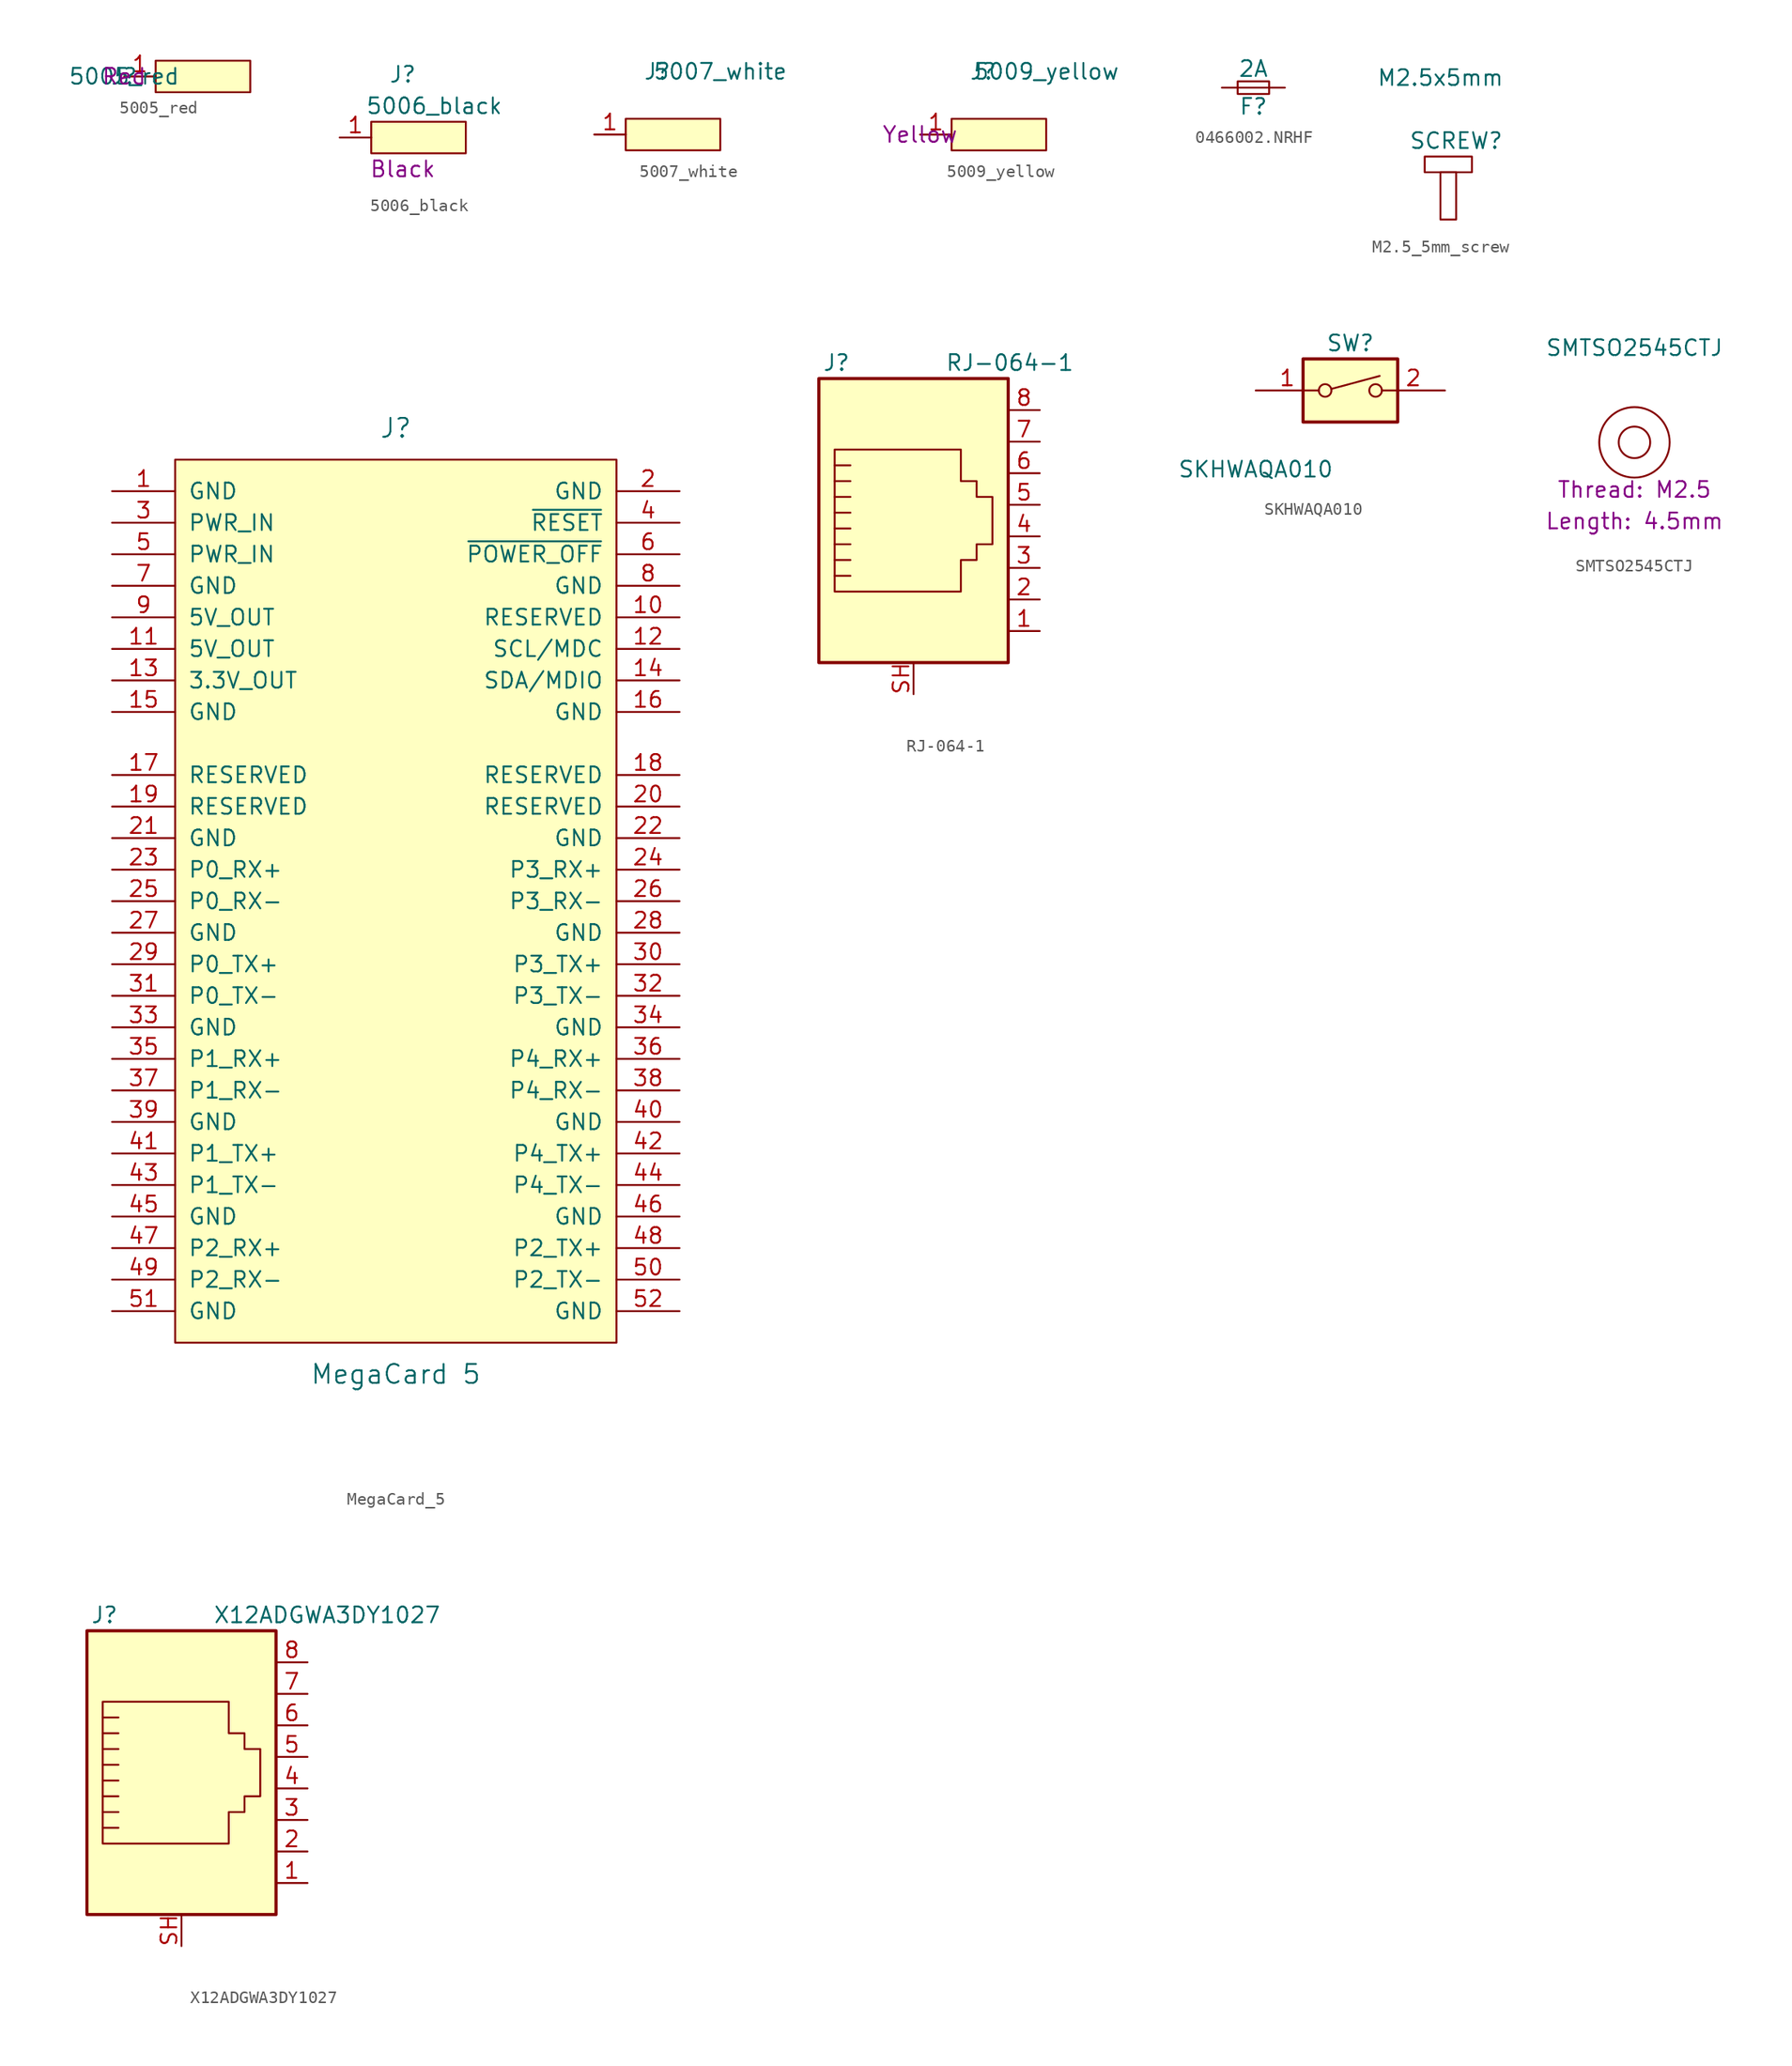
<source format=kicad_sym>
(kicad_symbol_lib
  (version 20231120)
  (generator "kicad_symbol_editor")
  (generator_version "8.0")
  (symbol "5005_red"
    (property "Reference" "J"
      (at 0 0 0)
      (effects (font (size 1.27 1.27))))
    (property "Value" "5005_red"
      (at 0 0 0)
      (effects (font (size 1.27 1.27))))
    (property "Color" "Red"
      (at 0 0 0)
      (effects (font (size 1.27 1.27))))
    (symbol "5005_red_1_1"
      (rectangle (start 2.54 1.27) (end 10.16 -1.27) (stroke (width 0) (type default)) (fill (type background)))
      (pin bidirectional line (at 0 0 0) (length 2.54) (name "" (effects (font (size 1.27 1.27)))) (number "1" (effects (font (size 1.27 1.27)))))))
  (symbol "5006_black"
    (property "Reference" "J"
      (at 5.08 5.08 0)
      (effects (font (size 1.27 1.27))))
    (property "Value" "5006_black"
      (at 7.62 2.54 0)
      (effects (font (size 1.27 1.27))))
    (property "Color" "Black"
      (at 5.08 -2.54 0)
      (effects (font (size 1.27 1.27))))
    (symbol "5006_black_1_1"
      (rectangle (start 2.54 1.27) (end 10.16 -1.27) (stroke (width 0) (type default)) (fill (type background)))
      (pin bidirectional line (at 0 0 0) (length 2.54) (name "" (effects (font (size 1.27 1.27)))) (number "1" (effects (font (size 1.27 1.27)))))))
  (symbol "5007_white"
    (property "Reference" "J"
      (at 5.08 5.08 0)
      (effects (font (size 1.27 1.27))))
    (property "Value" "5007_white"
      (at 10.16 5.08 0)
      (effects (font (size 1.27 1.27))))
    (property "Color" ""
      (at 0 0 0)
      (effects (font (size 1.27 1.27))))
    (symbol "5007_white_1_1"
      (rectangle (start 2.54 1.27) (end 10.16 -1.27) (stroke (width 0) (type default)) (fill (type background)))
      (pin bidirectional line (at 0 0 0) (length 2.54) (name "" (effects (font (size 1.27 1.27)))) (number "1" (effects (font (size 1.27 1.27)))))))
  (symbol "5009_yellow"
    (property "Reference" "J"
      (at 5.08 5.08 0)
      (effects (font (size 1.27 1.27))))
    (property "Value" "5009_yellow"
      (at 10.16 5.08 0)
      (effects (font (size 1.27 1.27))))
    (property "Color" "Yellow"
      (at 0 0 0)
      (effects (font (size 1.27 1.27))))
    (symbol "5009_yellow_1_1"
      (rectangle (start 2.54 1.27) (end 10.16 -1.27) (stroke (width 0) (type default)) (fill (type background)))
      (pin bidirectional line (at 0 0 0) (length 2.54) (name "" (effects (font (size 1.27 1.27)))) (number "1" (effects (font (size 1.27 1.27)))))))
  (symbol "0466002.NRHF"
    (pin_numbers hide)
    (pin_names
      (offset 0.254) hide)
    (property "Reference" "F"
      (at 0 -1.524 0)
      (effects (font (size 1.27 1.27))))
    (property "Value" "2A"
      (at 0 1.524 0)
      (effects (font (size 1.27 1.27))))
    (symbol "0466002.NRHF_0_1"
      (rectangle (start -1.27 0.508) (end 1.27 -0.508) (stroke (width 0) (type default)) (fill (type none)))
      (polyline (pts (xy -1.27 0) (xy 1.27 0)) (stroke (width 0) (type default)) (fill (type none))))
    (symbol "0466002.NRHF_1_1"
      (pin passive line (at -2.54 0 0) (length 1.27) (name "~" (effects (font (size 1.27 1.27)))) (number "1" (effects (font (size 1.27 1.27)))))
      (pin passive line (at 2.54 0 180) (length 1.27) (name "~" (effects (font (size 1.27 1.27)))) (number "2" (effects (font (size 1.27 1.27)))))))
  (symbol "M2.5_5mm_screw"
    (property "Reference" "SCREW"
      (at 2.54 1.27 0)
      (effects (font (size 1.27 1.27))))
    (property "Value" "M2.5x5mm"
      (at 1.27 6.35 0)
      (effects (font (size 1.27 1.27))))
    (symbol "M2.5_5mm_screw_0_1"
      (rectangle (start 0 0) (end 3.81 -1.27) (stroke (width 0) (type default)) (fill (type none)))
      (rectangle (start 1.27 -5.08) (end 2.54 -1.27) (stroke (width 0) (type default)) (fill (type none)))))
  (symbol "MegaCard_5"
    (pin_names
      (offset 1.016))
    (property "Reference" "J"
      (at 22.86 5.08 0)
      (effects (font (size 1.524 1.524))))
    (property "Value" "MegaCard 5"
      (at 22.86 -71.12 0)
      (effects (font (size 1.524 1.524))))
    (symbol "MegaCard_5_0_1"
      (rectangle (start 5.08 2.54) (end 40.64 -68.58) (stroke (width 0) (type solid)) (fill (type background))))
    (symbol "MegaCard_5_1_1"
      (pin power_in line (at 0 0 0) (length 5.08) (name "GND" (effects (font (size 1.27 1.27)))) (number "1" (effects (font (size 1.27 1.27)))))
      (pin passive line (at 45.72 -10.16 180) (length 5.08) (name "RESERVED" (effects (font (size 1.27 1.27)))) (number "10" (effects (font (size 1.27 1.27)))))
      (pin power_out line (at 0 -12.7 0) (length 5.08) (name "5V_OUT" (effects (font (size 1.27 1.27)))) (number "11" (effects (font (size 1.27 1.27)))))
      (pin bidirectional line (at 45.72 -12.7 180) (length 5.08) (name "SCL/MDC" (effects (font (size 1.27 1.27)))) (number "12" (effects (font (size 1.27 1.27)))))
      (pin power_out line (at 0 -15.24 0) (length 5.08) (name "3.3V_OUT" (effects (font (size 1.27 1.27)))) (number "13" (effects (font (size 1.27 1.27)))))
      (pin bidirectional line (at 45.72 -15.24 180) (length 5.08) (name "SDA/MDIO" (effects (font (size 1.27 1.27)))) (number "14" (effects (font (size 1.27 1.27)))))
      (pin power_in line (at 0 -17.78 0) (length 5.08) (name "GND" (effects (font (size 1.27 1.27)))) (number "15" (effects (font (size 1.27 1.27)))))
      (pin power_in line (at 45.72 -17.78 180) (length 5.08) (name "GND" (effects (font (size 1.27 1.27)))) (number "16" (effects (font (size 1.27 1.27)))))
      (pin passive line (at 0 -22.86 0) (length 5.08) (name "RESERVED" (effects (font (size 1.27 1.27)))) (number "17" (effects (font (size 1.27 1.27)))))
      (pin passive line (at 45.72 -22.86 180) (length 5.08) (name "RESERVED" (effects (font (size 1.27 1.27)))) (number "18" (effects (font (size 1.27 1.27)))))
      (pin passive line (at 0 -25.4 0) (length 5.08) (name "RESERVED" (effects (font (size 1.27 1.27)))) (number "19" (effects (font (size 1.27 1.27)))))
      (pin power_in line (at 45.72 0 180) (length 5.08) (name "GND" (effects (font (size 1.27 1.27)))) (number "2" (effects (font (size 1.27 1.27)))))
      (pin passive line (at 45.72 -25.4 180) (length 5.08) (name "RESERVED" (effects (font (size 1.27 1.27)))) (number "20" (effects (font (size 1.27 1.27)))))
      (pin power_in line (at 0 -27.94 0) (length 5.08) (name "GND" (effects (font (size 1.27 1.27)))) (number "21" (effects (font (size 1.27 1.27)))))
      (pin power_in line (at 45.72 -27.94 180) (length 5.08) (name "GND" (effects (font (size 1.27 1.27)))) (number "22" (effects (font (size 1.27 1.27)))))
      (pin bidirectional line (at 0 -30.48 0) (length 5.08) (name "P0_RX+" (effects (font (size 1.27 1.27)))) (number "23" (effects (font (size 1.27 1.27)))))
      (pin bidirectional line (at 45.72 -30.48 180) (length 5.08) (name "P3_RX+" (effects (font (size 1.27 1.27)))) (number "24" (effects (font (size 1.27 1.27)))))
      (pin bidirectional line (at 0 -33.02 0) (length 5.08) (name "P0_RX-" (effects (font (size 1.27 1.27)))) (number "25" (effects (font (size 1.27 1.27)))))
      (pin bidirectional line (at 45.72 -33.02 180) (length 5.08) (name "P3_RX-" (effects (font (size 1.27 1.27)))) (number "26" (effects (font (size 1.27 1.27)))))
      (pin power_in line (at 0 -35.56 0) (length 5.08) (name "GND" (effects (font (size 1.27 1.27)))) (number "27" (effects (font (size 1.27 1.27)))))
      (pin power_in line (at 45.72 -35.56 180) (length 5.08) (name "GND" (effects (font (size 1.27 1.27)))) (number "28" (effects (font (size 1.27 1.27)))))
      (pin bidirectional line (at 0 -38.1 0) (length 5.08) (name "P0_TX+" (effects (font (size 1.27 1.27)))) (number "29" (effects (font (size 1.27 1.27)))))
      (pin power_in line (at 0 -2.54 0) (length 5.08) (name "PWR_IN" (effects (font (size 1.27 1.27)))) (number "3" (effects (font (size 1.27 1.27)))))
      (pin bidirectional line (at 45.72 -38.1 180) (length 5.08) (name "P3_TX+" (effects (font (size 1.27 1.27)))) (number "30" (effects (font (size 1.27 1.27)))))
      (pin bidirectional line (at 0 -40.64 0) (length 5.08) (name "P0_TX-" (effects (font (size 1.27 1.27)))) (number "31" (effects (font (size 1.27 1.27)))))
      (pin bidirectional line (at 45.72 -40.64 180) (length 5.08) (name "P3_TX-" (effects (font (size 1.27 1.27)))) (number "32" (effects (font (size 1.27 1.27)))))
      (pin power_in line (at 0 -43.18 0) (length 5.08) (name "GND" (effects (font (size 1.27 1.27)))) (number "33" (effects (font (size 1.27 1.27)))))
      (pin power_in line (at 45.72 -43.18 180) (length 5.08) (name "GND" (effects (font (size 1.27 1.27)))) (number "34" (effects (font (size 1.27 1.27)))))
      (pin bidirectional line (at 0 -45.72 0) (length 5.08) (name "P1_RX+" (effects (font (size 1.27 1.27)))) (number "35" (effects (font (size 1.27 1.27)))))
      (pin bidirectional line (at 45.72 -45.72 180) (length 5.08) (name "P4_RX+" (effects (font (size 1.27 1.27)))) (number "36" (effects (font (size 1.27 1.27)))))
      (pin bidirectional line (at 0 -48.26 0) (length 5.08) (name "P1_RX-" (effects (font (size 1.27 1.27)))) (number "37" (effects (font (size 1.27 1.27)))))
      (pin bidirectional line (at 45.72 -48.26 180) (length 5.08) (name "P4_RX-" (effects (font (size 1.27 1.27)))) (number "38" (effects (font (size 1.27 1.27)))))
      (pin power_in line (at 0 -50.8 0) (length 5.08) (name "GND" (effects (font (size 1.27 1.27)))) (number "39" (effects (font (size 1.27 1.27)))))
      (pin input line (at 45.72 -2.54 180) (length 5.08) (name "~{RESET}" (effects (font (size 1.27 1.27)))) (number "4" (effects (font (size 1.27 1.27)))))
      (pin power_in line (at 45.72 -50.8 180) (length 5.08) (name "GND" (effects (font (size 1.27 1.27)))) (number "40" (effects (font (size 1.27 1.27)))))
      (pin bidirectional line (at 0 -53.34 0) (length 5.08) (name "P1_TX+" (effects (font (size 1.27 1.27)))) (number "41" (effects (font (size 1.27 1.27)))))
      (pin bidirectional line (at 45.72 -53.34 180) (length 5.08) (name "P4_TX+" (effects (font (size 1.27 1.27)))) (number "42" (effects (font (size 1.27 1.27)))))
      (pin bidirectional line (at 0 -55.88 0) (length 5.08) (name "P1_TX-" (effects (font (size 1.27 1.27)))) (number "43" (effects (font (size 1.27 1.27)))))
      (pin bidirectional line (at 45.72 -55.88 180) (length 5.08) (name "P4_TX-" (effects (font (size 1.27 1.27)))) (number "44" (effects (font (size 1.27 1.27)))))
      (pin power_in line (at 0 -58.42 0) (length 5.08) (name "GND" (effects (font (size 1.27 1.27)))) (number "45" (effects (font (size 1.27 1.27)))))
      (pin power_in line (at 45.72 -58.42 180) (length 5.08) (name "GND" (effects (font (size 1.27 1.27)))) (number "46" (effects (font (size 1.27 1.27)))))
      (pin bidirectional line (at 0 -60.96 0) (length 5.08) (name "P2_RX+" (effects (font (size 1.27 1.27)))) (number "47" (effects (font (size 1.27 1.27)))))
      (pin bidirectional line (at 45.72 -60.96 180) (length 5.08) (name "P2_TX+" (effects (font (size 1.27 1.27)))) (number "48" (effects (font (size 1.27 1.27)))))
      (pin bidirectional line (at 0 -63.5 0) (length 5.08) (name "P2_RX-" (effects (font (size 1.27 1.27)))) (number "49" (effects (font (size 1.27 1.27)))))
      (pin power_in line (at 0 -5.08 0) (length 5.08) (name "PWR_IN" (effects (font (size 1.27 1.27)))) (number "5" (effects (font (size 1.27 1.27)))))
      (pin bidirectional line (at 45.72 -63.5 180) (length 5.08) (name "P2_TX-" (effects (font (size 1.27 1.27)))) (number "50" (effects (font (size 1.27 1.27)))))
      (pin power_in line (at 0 -66.04 0) (length 5.08) (name "GND" (effects (font (size 1.27 1.27)))) (number "51" (effects (font (size 1.27 1.27)))))
      (pin power_in line (at 45.72 -66.04 180) (length 5.08) (name "GND" (effects (font (size 1.27 1.27)))) (number "52" (effects (font (size 1.27 1.27)))))
      (pin input line (at 45.72 -5.08 180) (length 5.08) (name "~{POWER_OFF}" (effects (font (size 1.27 1.27)))) (number "6" (effects (font (size 1.27 1.27)))))
      (pin power_in line (at 0 -7.62 0) (length 5.08) (name "GND" (effects (font (size 1.27 1.27)))) (number "7" (effects (font (size 1.27 1.27)))))
      (pin power_in line (at 45.72 -7.62 180) (length 5.08) (name "GND" (effects (font (size 1.27 1.27)))) (number "8" (effects (font (size 1.27 1.27)))))
      (pin power_out line (at 0 -10.16 0) (length 5.08) (name "5V_OUT" (effects (font (size 1.27 1.27)))) (number "9" (effects (font (size 1.27 1.27)))))))
  (symbol "RJ-064-1"
    (pin_names
      (offset 1.016))
    (property "Reference" "J"
      (at -5.08 13.97 0)
      (effects (font (size 1.27 1.27)) (justify right)))
    (property "Value" "RJ-064-1"
      (at 2.54 13.97 0)
      (effects (font (size 1.27 1.27)) (justify left)))
    (symbol "RJ-064-1_0_1"
      (polyline (pts (xy -5.08 4.445) (xy -6.35 4.445)) (stroke (width 0) (type default)) (fill (type none)))
      (polyline (pts (xy -5.08 5.715) (xy -6.35 5.715)) (stroke (width 0) (type default)) (fill (type none)))
      (polyline (pts (xy -6.35 -3.175) (xy -5.08 -3.175) (xy -5.08 -3.175)) (stroke (width 0) (type default)) (fill (type none)))
      (polyline (pts (xy -6.35 -1.905) (xy -5.08 -1.905) (xy -5.08 -1.905)) (stroke (width 0) (type default)) (fill (type none)))
      (polyline (pts (xy -6.35 -0.635) (xy -5.08 -0.635) (xy -5.08 -0.635)) (stroke (width 0) (type default)) (fill (type none)))
      (polyline (pts (xy -6.35 0.635) (xy -5.08 0.635) (xy -5.08 0.635)) (stroke (width 0) (type default)) (fill (type none)))
      (polyline (pts (xy -6.35 1.905) (xy -5.08 1.905) (xy -5.08 1.905)) (stroke (width 0) (type default)) (fill (type none)))
      (polyline (pts (xy -5.08 3.175) (xy -6.35 3.175) (xy -6.35 3.175)) (stroke (width 0) (type default)) (fill (type none)))
      (polyline (pts (xy -6.35 -4.445) (xy -6.35 6.985) (xy 3.81 6.985) (xy 3.81 4.445) (xy 5.08 4.445) (xy 5.08 3.175) (xy 6.35 3.175) (xy 6.35 -0.635) (xy 5.08 -0.635) (xy 5.08 -1.905) (xy 3.81 -1.905) (xy 3.81 -4.445) (xy -6.35 -4.445) (xy -6.35 -4.445)) (stroke (width 0) (type default)) (fill (type none)))
      (rectangle (start 7.62 12.7) (end -7.62 -10.16) (stroke (width 0.254) (type default)) (fill (type background))))
    (symbol "RJ-064-1_1_1"
      (pin passive line (at 10.16 -7.62 180) (length 2.54) (name "~" (effects (font (size 1.27 1.27)))) (number "1" (effects (font (size 1.27 1.27)))))
      (pin passive line (at 10.16 -5.08 180) (length 2.54) (name "~" (effects (font (size 1.27 1.27)))) (number "2" (effects (font (size 1.27 1.27)))))
      (pin passive line (at 10.16 -2.54 180) (length 2.54) (name "~" (effects (font (size 1.27 1.27)))) (number "3" (effects (font (size 1.27 1.27)))))
      (pin passive line (at 10.16 0 180) (length 2.54) (name "~" (effects (font (size 1.27 1.27)))) (number "4" (effects (font (size 1.27 1.27)))))
      (pin passive line (at 10.16 2.54 180) (length 2.54) (name "~" (effects (font (size 1.27 1.27)))) (number "5" (effects (font (size 1.27 1.27)))))
      (pin passive line (at 10.16 5.08 180) (length 2.54) (name "~" (effects (font (size 1.27 1.27)))) (number "6" (effects (font (size 1.27 1.27)))))
      (pin passive line (at 10.16 7.62 180) (length 2.54) (name "~" (effects (font (size 1.27 1.27)))) (number "7" (effects (font (size 1.27 1.27)))))
      (pin passive line (at 10.16 10.16 180) (length 2.54) (name "~" (effects (font (size 1.27 1.27)))) (number "8" (effects (font (size 1.27 1.27)))))
      (pin passive line (at 0 -12.7 90) (length 2.54) (name "~" (effects (font (size 1.27 1.27)))) (number "SH" (effects (font (size 1.27 1.27)))))))
  (symbol "SKHWAQA010"
    (pin_names
      (offset 0) hide)
    (property "Reference" "SW"
      (at 7.62 3.81 0)
      (effects (font (size 1.27 1.27))))
    (property "Value" "SKHWAQA010"
      (at 0 -6.35 0)
      (effects (font (size 1.27 1.27))))
    (symbol "SKHWAQA010_0_0"
      (polyline (pts (xy 6.096 0.127) (xy 9.982 1.168)) (stroke (width 0) (type default)) (fill (type none)))
      (circle (center 5.588 0) (radius 0.508) (stroke (width 0) (type default)) (fill (type none)))
      (circle (center 9.652 0) (radius 0.508) (stroke (width 0) (type default)) (fill (type none))))
    (symbol "SKHWAQA010_0_1"
      (rectangle (start 3.81 2.54) (end 11.43 -2.54) (stroke (width 0.254) (type default)) (fill (type background))))
    (symbol "SKHWAQA010_1_1"
      (pin passive line (at 0 0 0) (length 5.08) (name "~" (effects (font (size 1.27 1.27)))) (number "1" (effects (font (size 1.27 1.27)))))
      (pin passive line (at 15.24 0 180) (length 5.08) (name "~" (effects (font (size 1.27 1.27)))) (number "2" (effects (font (size 1.27 1.27)))))))
  (symbol "SMTSO2545CTJ"
    (property "Reference" "J"
      (at 0 7.62 0)
      (effects (font (size 1.27 1.27)) (hide yes)))
    (property "Value" "SMTSO2545CTJ"
      (at 0 7.62 0)
      (effects (font (size 1.27 1.27))))
    (property "Thread" "M2.5"
      (at 0 -3.81 0)
      (show_name)
      (effects (font (size 1.27 1.27))))
    (property "Length" "4.5mm"
      (at 0 -6.35 0)
      (show_name)
      (effects (font (size 1.27 1.27))))
    (symbol "SMTSO2545CTJ_0_1"
      (circle (center 0 0) (radius 1.27) (stroke (width 0) (type default)) (fill (type none)))
      (circle (center 0 0) (radius 2.84) (stroke (width 0) (type default)) (fill (type none)))))
  (symbol "X12ADGWA3DY1027"
    (pin_names
      (offset 1.016))
    (property "Reference" "J"
      (at -5.08 13.97 0)
      (effects (font (size 1.27 1.27)) (justify right)))
    (property "Value" "X12ADGWA3DY1027"
      (at 2.54 13.97 0)
      (effects (font (size 1.27 1.27)) (justify left)))
    (symbol "X12ADGWA3DY1027_0_1"
      (polyline (pts (xy -5.08 4.445) (xy -6.35 4.445)) (stroke (width 0) (type default)) (fill (type none)))
      (polyline (pts (xy -5.08 5.715) (xy -6.35 5.715)) (stroke (width 0) (type default)) (fill (type none)))
      (polyline (pts (xy -6.35 -3.175) (xy -5.08 -3.175) (xy -5.08 -3.175)) (stroke (width 0) (type default)) (fill (type none)))
      (polyline (pts (xy -6.35 -1.905) (xy -5.08 -1.905) (xy -5.08 -1.905)) (stroke (width 0) (type default)) (fill (type none)))
      (polyline (pts (xy -6.35 -0.635) (xy -5.08 -0.635) (xy -5.08 -0.635)) (stroke (width 0) (type default)) (fill (type none)))
      (polyline (pts (xy -6.35 0.635) (xy -5.08 0.635) (xy -5.08 0.635)) (stroke (width 0) (type default)) (fill (type none)))
      (polyline (pts (xy -6.35 1.905) (xy -5.08 1.905) (xy -5.08 1.905)) (stroke (width 0) (type default)) (fill (type none)))
      (polyline (pts (xy -5.08 3.175) (xy -6.35 3.175) (xy -6.35 3.175)) (stroke (width 0) (type default)) (fill (type none)))
      (polyline (pts (xy -6.35 -4.445) (xy -6.35 6.985) (xy 3.81 6.985) (xy 3.81 4.445) (xy 5.08 4.445) (xy 5.08 3.175) (xy 6.35 3.175) (xy 6.35 -0.635) (xy 5.08 -0.635) (xy 5.08 -1.905) (xy 3.81 -1.905) (xy 3.81 -4.445) (xy -6.35 -4.445) (xy -6.35 -4.445)) (stroke (width 0) (type default)) (fill (type none)))
      (rectangle (start 7.62 12.7) (end -7.62 -10.16) (stroke (width 0.254) (type default)) (fill (type background))))
    (symbol "X12ADGWA3DY1027_1_1"
      (pin passive line (at 10.16 -7.62 180) (length 2.54) (name "~" (effects (font (size 1.27 1.27)))) (number "1" (effects (font (size 1.27 1.27)))))
      (pin passive line (at 10.16 -5.08 180) (length 2.54) (name "~" (effects (font (size 1.27 1.27)))) (number "2" (effects (font (size 1.27 1.27)))))
      (pin passive line (at 10.16 -2.54 180) (length 2.54) (name "~" (effects (font (size 1.27 1.27)))) (number "3" (effects (font (size 1.27 1.27)))))
      (pin passive line (at 10.16 0 180) (length 2.54) (name "~" (effects (font (size 1.27 1.27)))) (number "4" (effects (font (size 1.27 1.27)))))
      (pin passive line (at 10.16 2.54 180) (length 2.54) (name "~" (effects (font (size 1.27 1.27)))) (number "5" (effects (font (size 1.27 1.27)))))
      (pin passive line (at 10.16 5.08 180) (length 2.54) (name "~" (effects (font (size 1.27 1.27)))) (number "6" (effects (font (size 1.27 1.27)))))
      (pin passive line (at 10.16 7.62 180) (length 2.54) (name "~" (effects (font (size 1.27 1.27)))) (number "7" (effects (font (size 1.27 1.27)))))
      (pin passive line (at 10.16 10.16 180) (length 2.54) (name "~" (effects (font (size 1.27 1.27)))) (number "8" (effects (font (size 1.27 1.27)))))
      (pin passive line (at 0 -12.7 90) (length 2.54) (name "~" (effects (font (size 1.27 1.27)))) (number "SH" (effects (font (size 1.27 1.27))))))))
</source>
